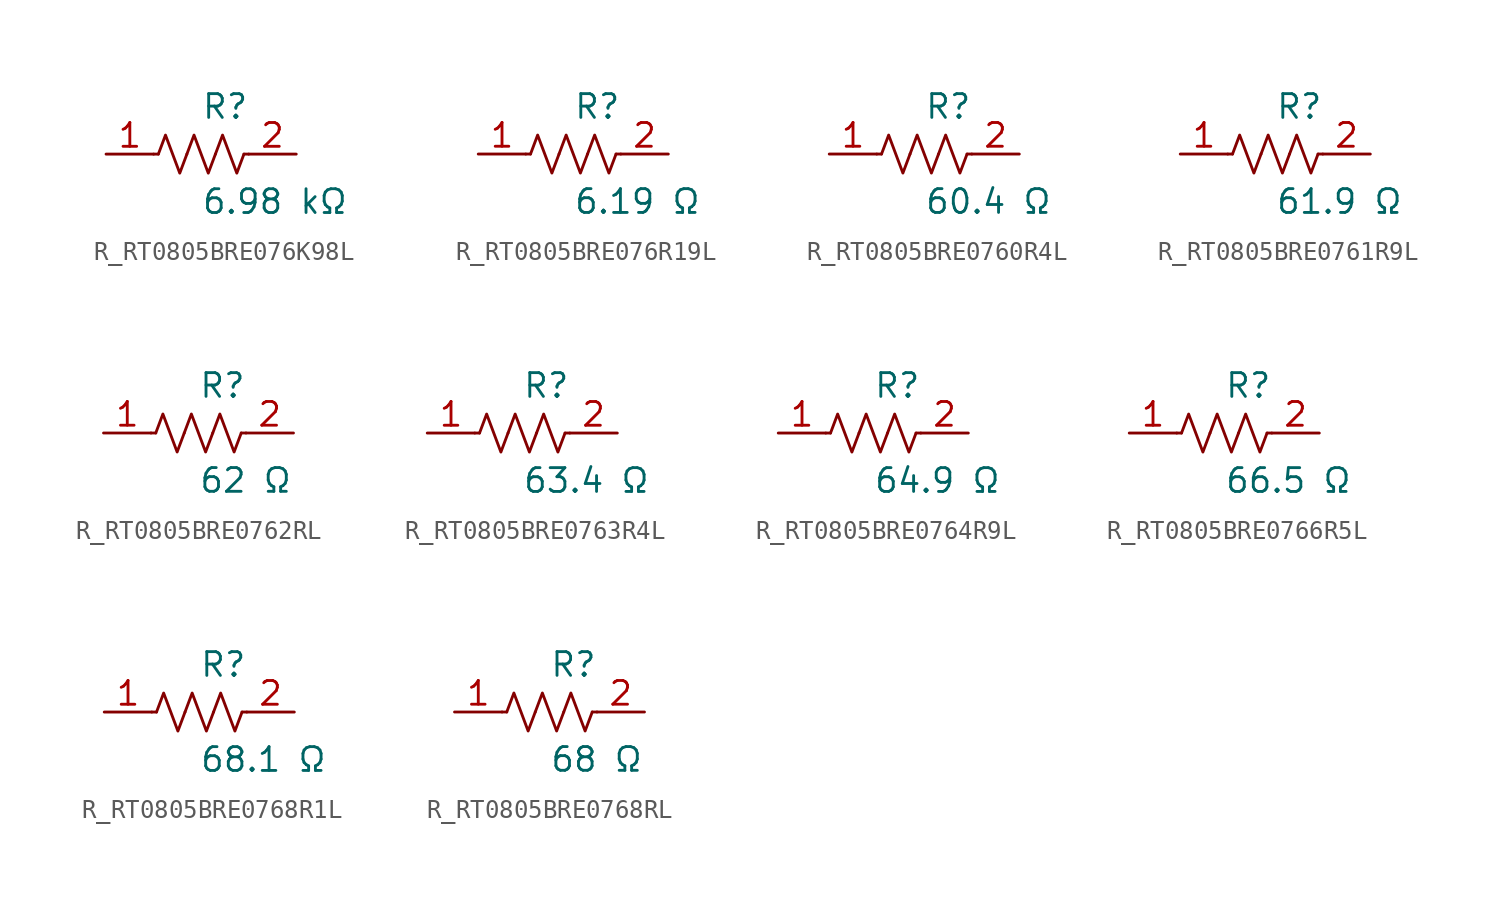
<source format=kicad_sym>
(kicad_symbol_lib
  (version 20231120)
  (generator kicad_symbol_editor)
  (generator_version 8.0)
  (symbol "R_RT0805BRE076K98L"
    (pin_names
      (offset 0.254))
    (property "Reference" "R"
      (at 0.0 2.54 0)
      (effects (font (size 1.27 1.27)) (justify left)))
    (property "Value" "6.98 kΩ"
      (at 0.0 -2.54 0)
      (effects (font (size 1.27 1.27)) (justify left)))
    (symbol "R_RT0805BRE076K98L_0_1"
      (polyline (pts (xy 2.286 0) (xy 2.54 0)) (stroke (width 0) (type default)) (fill (type none)))
      (polyline (pts (xy -2.286 0) (xy -2.54 0)) (stroke (width 0) (type default)) (fill (type none)))
      (polyline (pts (xy 0.762 0) (xy 1.143 1.016) (xy 1.524 0) (xy 1.905 -1.016) (xy 2.286 0)) (stroke (width 0) (type default)) (fill (type none)))
      (polyline (pts (xy -0.762 0) (xy -0.381 1.016) (xy 0 0) (xy 0.381 -1.016) (xy 0.762 0)) (stroke (width 0) (type default)) (fill (type none)))
      (polyline (pts (xy -2.286 0) (xy -1.905 1.016) (xy -1.524 0) (xy -1.143 -1.016) (xy -0.762 0)) (stroke (width 0) (type default)) (fill (type none))))
    (pin unspecified line
      (at -5.08 0 0)
      (length 2.54)
      (name "" (effects (font (size 1.27 1.27))))
      (number "1" (effects (font (size 1.27 1.27)))))
    (pin unspecified line
      (at 5.08 0 180)
      (length 2.54)
      (name "" (effects (font (size 1.27 1.27))))
      (number "2" (effects (font (size 1.27 1.27))))))
  (symbol "R_RT0805BRE076R19L"
    (pin_names
      (offset 0.254))
    (property "Reference" "R"
      (at 0.0 2.54 0)
      (effects (font (size 1.27 1.27)) (justify left)))
    (property "Value" "6.19 Ω"
      (at 0.0 -2.54 0)
      (effects (font (size 1.27 1.27)) (justify left)))
    (symbol "R_RT0805BRE076R19L_0_1"
      (polyline (pts (xy 2.286 0) (xy 2.54 0)) (stroke (width 0) (type default)) (fill (type none)))
      (polyline (pts (xy -2.286 0) (xy -2.54 0)) (stroke (width 0) (type default)) (fill (type none)))
      (polyline (pts (xy 0.762 0) (xy 1.143 1.016) (xy 1.524 0) (xy 1.905 -1.016) (xy 2.286 0)) (stroke (width 0) (type default)) (fill (type none)))
      (polyline (pts (xy -0.762 0) (xy -0.381 1.016) (xy 0 0) (xy 0.381 -1.016) (xy 0.762 0)) (stroke (width 0) (type default)) (fill (type none)))
      (polyline (pts (xy -2.286 0) (xy -1.905 1.016) (xy -1.524 0) (xy -1.143 -1.016) (xy -0.762 0)) (stroke (width 0) (type default)) (fill (type none))))
    (pin unspecified line
      (at -5.08 0 0)
      (length 2.54)
      (name "" (effects (font (size 1.27 1.27))))
      (number "1" (effects (font (size 1.27 1.27)))))
    (pin unspecified line
      (at 5.08 0 180)
      (length 2.54)
      (name "" (effects (font (size 1.27 1.27))))
      (number "2" (effects (font (size 1.27 1.27))))))
  (symbol "R_RT0805BRE0760R4L"
    (pin_names
      (offset 0.254))
    (property "Reference" "R"
      (at 0.0 2.54 0)
      (effects (font (size 1.27 1.27)) (justify left)))
    (property "Value" "60.4 Ω"
      (at 0.0 -2.54 0)
      (effects (font (size 1.27 1.27)) (justify left)))
    (symbol "R_RT0805BRE0760R4L_0_1"
      (polyline (pts (xy 2.286 0) (xy 2.54 0)) (stroke (width 0) (type default)) (fill (type none)))
      (polyline (pts (xy -2.286 0) (xy -2.54 0)) (stroke (width 0) (type default)) (fill (type none)))
      (polyline (pts (xy 0.762 0) (xy 1.143 1.016) (xy 1.524 0) (xy 1.905 -1.016) (xy 2.286 0)) (stroke (width 0) (type default)) (fill (type none)))
      (polyline (pts (xy -0.762 0) (xy -0.381 1.016) (xy 0 0) (xy 0.381 -1.016) (xy 0.762 0)) (stroke (width 0) (type default)) (fill (type none)))
      (polyline (pts (xy -2.286 0) (xy -1.905 1.016) (xy -1.524 0) (xy -1.143 -1.016) (xy -0.762 0)) (stroke (width 0) (type default)) (fill (type none))))
    (pin unspecified line
      (at -5.08 0 0)
      (length 2.54)
      (name "" (effects (font (size 1.27 1.27))))
      (number "1" (effects (font (size 1.27 1.27)))))
    (pin unspecified line
      (at 5.08 0 180)
      (length 2.54)
      (name "" (effects (font (size 1.27 1.27))))
      (number "2" (effects (font (size 1.27 1.27))))))
  (symbol "R_RT0805BRE0761R9L"
    (pin_names
      (offset 0.254))
    (property "Reference" "R"
      (at 0.0 2.54 0)
      (effects (font (size 1.27 1.27)) (justify left)))
    (property "Value" "61.9 Ω"
      (at 0.0 -2.54 0)
      (effects (font (size 1.27 1.27)) (justify left)))
    (symbol "R_RT0805BRE0761R9L_0_1"
      (polyline (pts (xy 2.286 0) (xy 2.54 0)) (stroke (width 0) (type default)) (fill (type none)))
      (polyline (pts (xy -2.286 0) (xy -2.54 0)) (stroke (width 0) (type default)) (fill (type none)))
      (polyline (pts (xy 0.762 0) (xy 1.143 1.016) (xy 1.524 0) (xy 1.905 -1.016) (xy 2.286 0)) (stroke (width 0) (type default)) (fill (type none)))
      (polyline (pts (xy -0.762 0) (xy -0.381 1.016) (xy 0 0) (xy 0.381 -1.016) (xy 0.762 0)) (stroke (width 0) (type default)) (fill (type none)))
      (polyline (pts (xy -2.286 0) (xy -1.905 1.016) (xy -1.524 0) (xy -1.143 -1.016) (xy -0.762 0)) (stroke (width 0) (type default)) (fill (type none))))
    (pin unspecified line
      (at -5.08 0 0)
      (length 2.54)
      (name "" (effects (font (size 1.27 1.27))))
      (number "1" (effects (font (size 1.27 1.27)))))
    (pin unspecified line
      (at 5.08 0 180)
      (length 2.54)
      (name "" (effects (font (size 1.27 1.27))))
      (number "2" (effects (font (size 1.27 1.27))))))
  (symbol "R_RT0805BRE0762RL"
    (pin_names
      (offset 0.254))
    (property "Reference" "R"
      (at 0.0 2.54 0)
      (effects (font (size 1.27 1.27)) (justify left)))
    (property "Value" "62 Ω"
      (at 0.0 -2.54 0)
      (effects (font (size 1.27 1.27)) (justify left)))
    (symbol "R_RT0805BRE0762RL_0_1"
      (polyline (pts (xy 2.286 0) (xy 2.54 0)) (stroke (width 0) (type default)) (fill (type none)))
      (polyline (pts (xy -2.286 0) (xy -2.54 0)) (stroke (width 0) (type default)) (fill (type none)))
      (polyline (pts (xy 0.762 0) (xy 1.143 1.016) (xy 1.524 0) (xy 1.905 -1.016) (xy 2.286 0)) (stroke (width 0) (type default)) (fill (type none)))
      (polyline (pts (xy -0.762 0) (xy -0.381 1.016) (xy 0 0) (xy 0.381 -1.016) (xy 0.762 0)) (stroke (width 0) (type default)) (fill (type none)))
      (polyline (pts (xy -2.286 0) (xy -1.905 1.016) (xy -1.524 0) (xy -1.143 -1.016) (xy -0.762 0)) (stroke (width 0) (type default)) (fill (type none))))
    (pin unspecified line
      (at -5.08 0 0)
      (length 2.54)
      (name "" (effects (font (size 1.27 1.27))))
      (number "1" (effects (font (size 1.27 1.27)))))
    (pin unspecified line
      (at 5.08 0 180)
      (length 2.54)
      (name "" (effects (font (size 1.27 1.27))))
      (number "2" (effects (font (size 1.27 1.27))))))
  (symbol "R_RT0805BRE0763R4L"
    (pin_names
      (offset 0.254))
    (property "Reference" "R"
      (at 0.0 2.54 0)
      (effects (font (size 1.27 1.27)) (justify left)))
    (property "Value" "63.4 Ω"
      (at 0.0 -2.54 0)
      (effects (font (size 1.27 1.27)) (justify left)))
    (symbol "R_RT0805BRE0763R4L_0_1"
      (polyline (pts (xy 2.286 0) (xy 2.54 0)) (stroke (width 0) (type default)) (fill (type none)))
      (polyline (pts (xy -2.286 0) (xy -2.54 0)) (stroke (width 0) (type default)) (fill (type none)))
      (polyline (pts (xy 0.762 0) (xy 1.143 1.016) (xy 1.524 0) (xy 1.905 -1.016) (xy 2.286 0)) (stroke (width 0) (type default)) (fill (type none)))
      (polyline (pts (xy -0.762 0) (xy -0.381 1.016) (xy 0 0) (xy 0.381 -1.016) (xy 0.762 0)) (stroke (width 0) (type default)) (fill (type none)))
      (polyline (pts (xy -2.286 0) (xy -1.905 1.016) (xy -1.524 0) (xy -1.143 -1.016) (xy -0.762 0)) (stroke (width 0) (type default)) (fill (type none))))
    (pin unspecified line
      (at -5.08 0 0)
      (length 2.54)
      (name "" (effects (font (size 1.27 1.27))))
      (number "1" (effects (font (size 1.27 1.27)))))
    (pin unspecified line
      (at 5.08 0 180)
      (length 2.54)
      (name "" (effects (font (size 1.27 1.27))))
      (number "2" (effects (font (size 1.27 1.27))))))
  (symbol "R_RT0805BRE0764R9L"
    (pin_names
      (offset 0.254))
    (property "Reference" "R"
      (at 0.0 2.54 0)
      (effects (font (size 1.27 1.27)) (justify left)))
    (property "Value" "64.9 Ω"
      (at 0.0 -2.54 0)
      (effects (font (size 1.27 1.27)) (justify left)))
    (symbol "R_RT0805BRE0764R9L_0_1"
      (polyline (pts (xy 2.286 0) (xy 2.54 0)) (stroke (width 0) (type default)) (fill (type none)))
      (polyline (pts (xy -2.286 0) (xy -2.54 0)) (stroke (width 0) (type default)) (fill (type none)))
      (polyline (pts (xy 0.762 0) (xy 1.143 1.016) (xy 1.524 0) (xy 1.905 -1.016) (xy 2.286 0)) (stroke (width 0) (type default)) (fill (type none)))
      (polyline (pts (xy -0.762 0) (xy -0.381 1.016) (xy 0 0) (xy 0.381 -1.016) (xy 0.762 0)) (stroke (width 0) (type default)) (fill (type none)))
      (polyline (pts (xy -2.286 0) (xy -1.905 1.016) (xy -1.524 0) (xy -1.143 -1.016) (xy -0.762 0)) (stroke (width 0) (type default)) (fill (type none))))
    (pin unspecified line
      (at -5.08 0 0)
      (length 2.54)
      (name "" (effects (font (size 1.27 1.27))))
      (number "1" (effects (font (size 1.27 1.27)))))
    (pin unspecified line
      (at 5.08 0 180)
      (length 2.54)
      (name "" (effects (font (size 1.27 1.27))))
      (number "2" (effects (font (size 1.27 1.27))))))
  (symbol "R_RT0805BRE0766R5L"
    (pin_names
      (offset 0.254))
    (property "Reference" "R"
      (at 0.0 2.54 0)
      (effects (font (size 1.27 1.27)) (justify left)))
    (property "Value" "66.5 Ω"
      (at 0.0 -2.54 0)
      (effects (font (size 1.27 1.27)) (justify left)))
    (symbol "R_RT0805BRE0766R5L_0_1"
      (polyline (pts (xy 2.286 0) (xy 2.54 0)) (stroke (width 0) (type default)) (fill (type none)))
      (polyline (pts (xy -2.286 0) (xy -2.54 0)) (stroke (width 0) (type default)) (fill (type none)))
      (polyline (pts (xy 0.762 0) (xy 1.143 1.016) (xy 1.524 0) (xy 1.905 -1.016) (xy 2.286 0)) (stroke (width 0) (type default)) (fill (type none)))
      (polyline (pts (xy -0.762 0) (xy -0.381 1.016) (xy 0 0) (xy 0.381 -1.016) (xy 0.762 0)) (stroke (width 0) (type default)) (fill (type none)))
      (polyline (pts (xy -2.286 0) (xy -1.905 1.016) (xy -1.524 0) (xy -1.143 -1.016) (xy -0.762 0)) (stroke (width 0) (type default)) (fill (type none))))
    (pin unspecified line
      (at -5.08 0 0)
      (length 2.54)
      (name "" (effects (font (size 1.27 1.27))))
      (number "1" (effects (font (size 1.27 1.27)))))
    (pin unspecified line
      (at 5.08 0 180)
      (length 2.54)
      (name "" (effects (font (size 1.27 1.27))))
      (number "2" (effects (font (size 1.27 1.27))))))
  (symbol "R_RT0805BRE0768R1L"
    (pin_names
      (offset 0.254))
    (property "Reference" "R"
      (at 0.0 2.54 0)
      (effects (font (size 1.27 1.27)) (justify left)))
    (property "Value" "68.1 Ω"
      (at 0.0 -2.54 0)
      (effects (font (size 1.27 1.27)) (justify left)))
    (symbol "R_RT0805BRE0768R1L_0_1"
      (polyline (pts (xy 2.286 0) (xy 2.54 0)) (stroke (width 0) (type default)) (fill (type none)))
      (polyline (pts (xy -2.286 0) (xy -2.54 0)) (stroke (width 0) (type default)) (fill (type none)))
      (polyline (pts (xy 0.762 0) (xy 1.143 1.016) (xy 1.524 0) (xy 1.905 -1.016) (xy 2.286 0)) (stroke (width 0) (type default)) (fill (type none)))
      (polyline (pts (xy -0.762 0) (xy -0.381 1.016) (xy 0 0) (xy 0.381 -1.016) (xy 0.762 0)) (stroke (width 0) (type default)) (fill (type none)))
      (polyline (pts (xy -2.286 0) (xy -1.905 1.016) (xy -1.524 0) (xy -1.143 -1.016) (xy -0.762 0)) (stroke (width 0) (type default)) (fill (type none))))
    (pin unspecified line
      (at -5.08 0 0)
      (length 2.54)
      (name "" (effects (font (size 1.27 1.27))))
      (number "1" (effects (font (size 1.27 1.27)))))
    (pin unspecified line
      (at 5.08 0 180)
      (length 2.54)
      (name "" (effects (font (size 1.27 1.27))))
      (number "2" (effects (font (size 1.27 1.27))))))
  (symbol "R_RT0805BRE0768RL"
    (pin_names
      (offset 0.254))
    (property "Reference" "R"
      (at 0.0 2.54 0)
      (effects (font (size 1.27 1.27)) (justify left)))
    (property "Value" "68 Ω"
      (at 0.0 -2.54 0)
      (effects (font (size 1.27 1.27)) (justify left)))
    (symbol "R_RT0805BRE0768RL_0_1"
      (polyline (pts (xy 2.286 0) (xy 2.54 0)) (stroke (width 0) (type default)) (fill (type none)))
      (polyline (pts (xy -2.286 0) (xy -2.54 0)) (stroke (width 0) (type default)) (fill (type none)))
      (polyline (pts (xy 0.762 0) (xy 1.143 1.016) (xy 1.524 0) (xy 1.905 -1.016) (xy 2.286 0)) (stroke (width 0) (type default)) (fill (type none)))
      (polyline (pts (xy -0.762 0) (xy -0.381 1.016) (xy 0 0) (xy 0.381 -1.016) (xy 0.762 0)) (stroke (width 0) (type default)) (fill (type none)))
      (polyline (pts (xy -2.286 0) (xy -1.905 1.016) (xy -1.524 0) (xy -1.143 -1.016) (xy -0.762 0)) (stroke (width 0) (type default)) (fill (type none))))
    (pin unspecified line
      (at -5.08 0 0)
      (length 2.54)
      (name "" (effects (font (size 1.27 1.27))))
      (number "1" (effects (font (size 1.27 1.27)))))
    (pin unspecified line
      (at 5.08 0 180)
      (length 2.54)
      (name "" (effects (font (size 1.27 1.27))))
      (number "2" (effects (font (size 1.27 1.27)))))))
</source>
